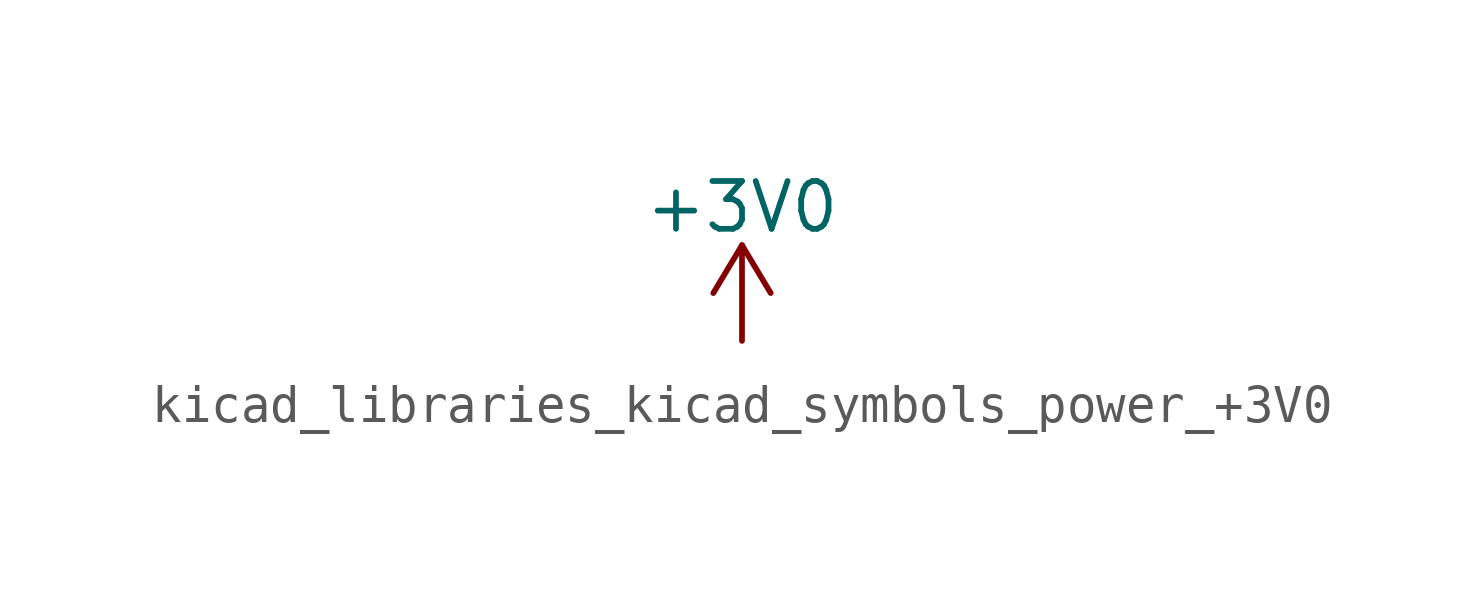
<source format=kicad_sym>
(kicad_symbol_lib
  (version 20220914)
  (generator kicad_symbol_editor)
  (symbol "kicad_libraries_kicad_symbols_power_+3V0"
    (power)
    (pin_names
      (offset 0))
    (property "Reference" "#PWR"
      (at 0 -3.81 0)
      (effects (font (size 1.27 1.27)) hide))
    (property "Value" "+3V0"
      (at 0 3.556 0)
      (effects (font (size 1.27 1.27))))
    (symbol "kicad_libraries_kicad_symbols_power_+3V0_0_1"
      (polyline (pts (xy -0.762 1.27) (xy 0 2.54)) (stroke (width 0) (type default)) (fill (type none)))
      (polyline (pts (xy 0 0) (xy 0 2.54)) (stroke (width 0) (type default)) (fill (type none)))
      (polyline (pts (xy 0 2.54) (xy 0.762 1.27)) (stroke (width 0) (type default)) (fill (type none))))
    (symbol "kicad_libraries_kicad_symbols_power_+3V0_1_1"
      (pin power_in line (at 0 0 90) (length 0) hide (name "+3V0" (effects (font (size 1.27 1.27)))) (number "1" (effects (font (size 1.27 1.27))))))))
</source>
